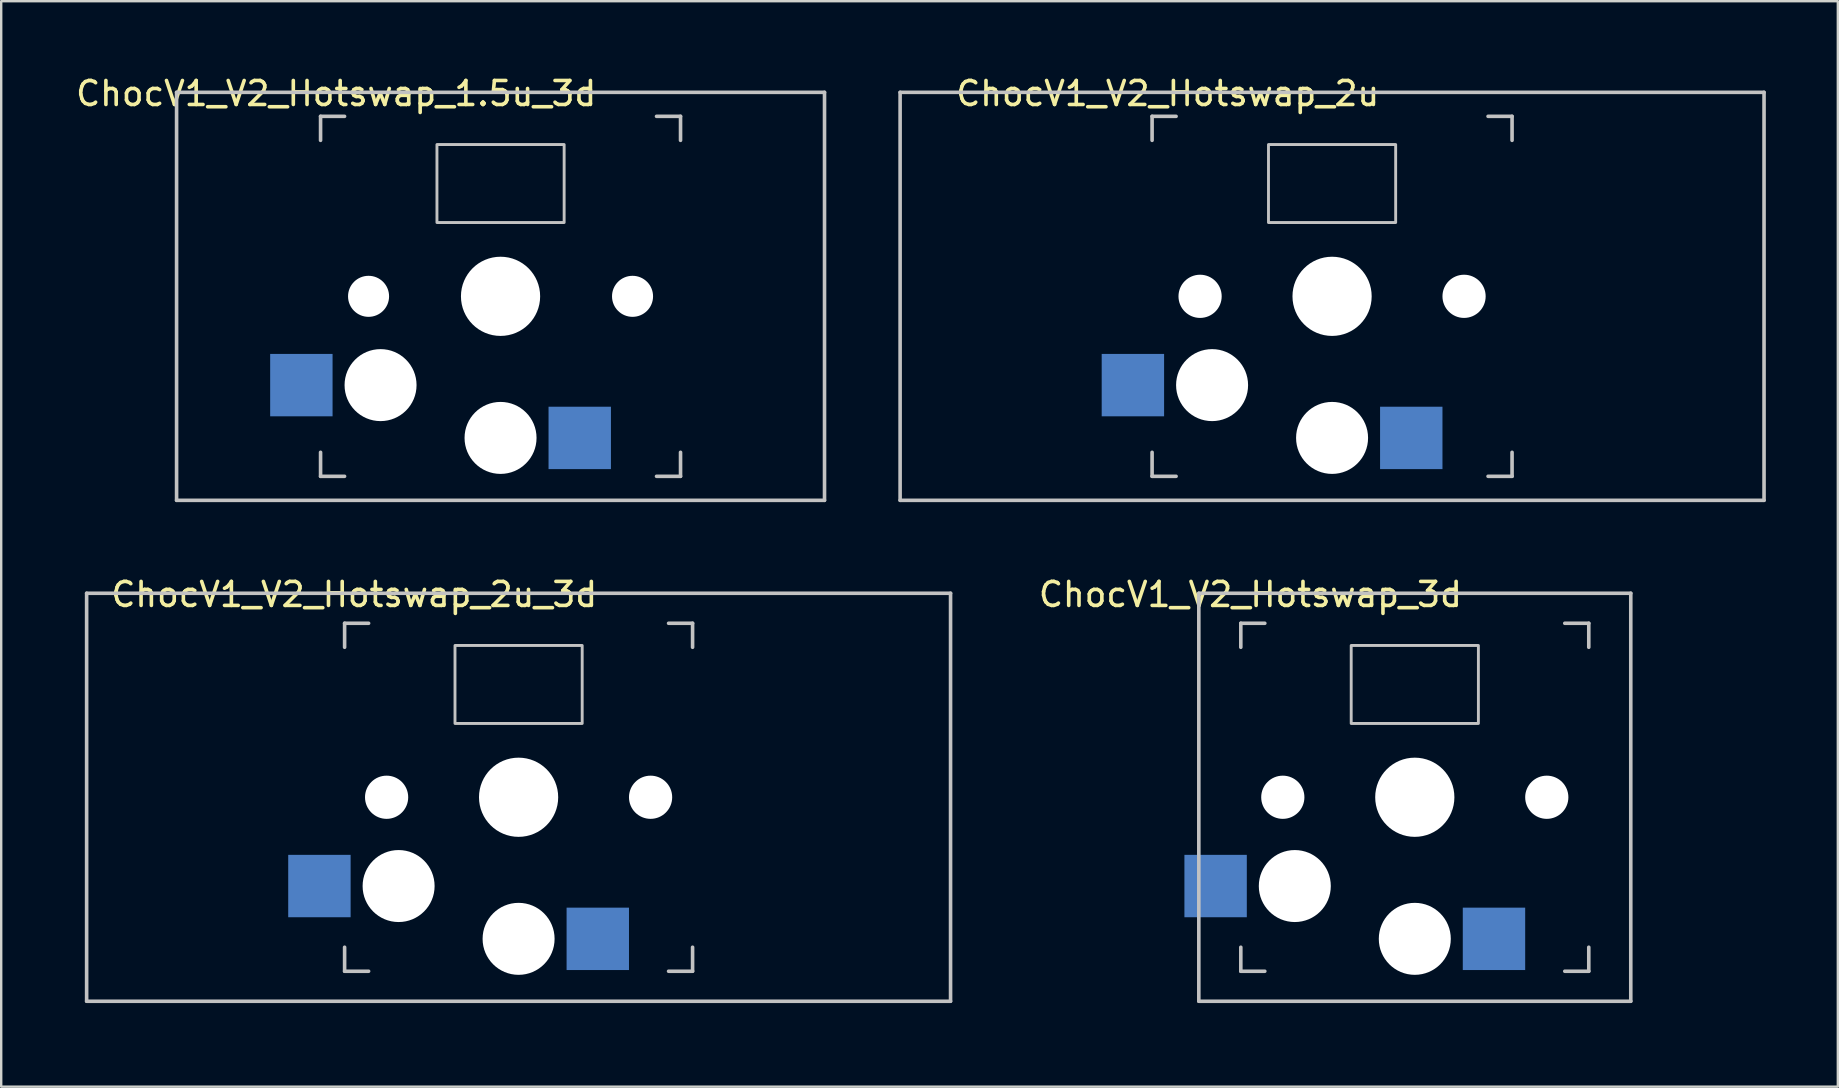
<source format=kicad_pcb>
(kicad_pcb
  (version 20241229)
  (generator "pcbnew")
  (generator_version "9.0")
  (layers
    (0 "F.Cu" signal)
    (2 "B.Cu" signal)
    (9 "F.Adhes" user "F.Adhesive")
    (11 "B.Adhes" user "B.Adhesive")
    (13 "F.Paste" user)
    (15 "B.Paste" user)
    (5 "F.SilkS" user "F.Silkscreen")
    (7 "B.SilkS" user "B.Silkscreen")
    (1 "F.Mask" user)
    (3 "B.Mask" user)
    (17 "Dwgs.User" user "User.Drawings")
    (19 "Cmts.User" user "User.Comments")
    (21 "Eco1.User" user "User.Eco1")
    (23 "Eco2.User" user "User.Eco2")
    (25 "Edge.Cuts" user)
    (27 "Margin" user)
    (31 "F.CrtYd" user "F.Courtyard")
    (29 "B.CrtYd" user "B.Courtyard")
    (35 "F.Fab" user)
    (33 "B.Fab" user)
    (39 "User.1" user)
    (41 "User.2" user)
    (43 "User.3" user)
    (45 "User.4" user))
  (footprint "ChocV1_V2_Hotswap_3d"
    (layer "F.Cu")
    (at 55.905 30.172)
    (property "Reference" "ChocV1_V2_Hotswap_3d" (at -6.85 -8.45 0) (layer "F.SilkS") (effects (font (size 1 1) (thickness 0.15))))
    (attr through_hole)
    (fp_line (start -9 -8.5) (end 9 -8.5) (stroke (width 0.15) (type solid)) (layer "Dwgs.User"))
    (fp_line (start -9 8.5) (end -9 -8.5) (stroke (width 0.15) (type solid)) (layer "Dwgs.User"))
    (fp_line (start -7.25 -7.25) (end -6.25 -7.25) (stroke (width 0.15) (type solid)) (layer "Dwgs.User"))
    (fp_line (start -7.25 -6.25) (end -7.25 -7.25) (stroke (width 0.15) (type solid)) (layer "Dwgs.User"))
    (fp_line (start -7.25 7.25) (end -7.25 6.25) (stroke (width 0.15) (type solid)) (layer "Dwgs.User"))
    (fp_line (start -6.25 7.25) (end -7.25 7.25) (stroke (width 0.15) (type solid)) (layer "Dwgs.User"))
    (fp_line (start 6.25 7.25) (end 7.25 7.25) (stroke (width 0.15) (type solid)) (layer "Dwgs.User"))
    (fp_line (start 7.25 -7.25) (end 6.25 -7.25) (stroke (width 0.15) (type solid)) (layer "Dwgs.User"))
    (fp_line (start 7.25 -6.25) (end 7.25 -7.25) (stroke (width 0.15) (type solid)) (layer "Dwgs.User"))
    (fp_line (start 7.25 7.25) (end 7.25 6.25) (stroke (width 0.15) (type solid)) (layer "Dwgs.User"))
    (fp_line (start 9 -8.5) (end 9 8.5) (stroke (width 0.15) (type solid)) (layer "Dwgs.User"))
    (fp_line (start 9 8.5) (end -9 8.5) (stroke (width 0.15) (type solid)) (layer "Dwgs.User"))
    (fp_rect (start -2.65 -3.075) (end 2.65 -6.325) (stroke (width 0.12) (type solid)) (fill no) (layer "Dwgs.User"))
    (fp_line (start -9.5 -9) (end 9.5 -9) (stroke (width 0.12) (type solid)) (layer "Eco1.User"))
    (fp_line (start -9.5 9) (end -9.5 -9) (stroke (width 0.12) (type solid)) (layer "Eco1.User"))
    (fp_line (start 9.5 -9) (end 9.5 9) (stroke (width 0.12) (type solid)) (layer "Eco1.User"))
    (fp_line (start 9.5 9) (end -9.5 9) (stroke (width 0.12) (type solid)) (layer "Eco1.User"))
    (pad "" np_thru_hole circle (at -5.5 0 90) (size 1.8 1.8) (drill 1.8) (layers "*.Cu" "Eco2.User"))
    (pad "" np_thru_hole circle (at -5 3.7 90) (size 3 3) (drill 3) (layers "*.Cu" "*.Mask" "Eco2.User"))
    (pad "" np_thru_hole circle (at 0 0 90) (size 3.3 3.3) (drill 3.3) (layers "*.Cu" "Eco2.User"))
    (pad "" np_thru_hole circle (at 0 5.9 90) (size 3 3) (drill 3) (layers "*.Cu" "*.Mask" "Eco2.User"))
    (pad "" np_thru_hole circle (at 5.5 0 90) (size 1.8 1.8) (drill 1.8) (layers "*.Cu" "Eco2.User"))
    (pad "1" smd rect (at -8.3 3.7 180) (size 2.6 2.6) (layers "B.Cu" "B.Mask" "B.Paste"))
    (pad "2" smd rect (at 3.3 5.9 180) (size 2.6 2.6) (layers "B.Cu" "B.Mask" "B.Paste")))
  (footprint "ChocV1_V2_Hotswap_2u"
    (layer "F.Cu")
    (at 52.458 9.298)
    (property "Reference" "ChocV1_V2_Hotswap_2u" (at -6.85 -8.45 0) (layer "F.SilkS") (effects (font (size 1 1) (thickness 0.15))))
    (attr through_hole)
    (fp_line (start -18 -8.5) (end 18 -8.5) (stroke (width 0.15) (type solid)) (layer "Dwgs.User"))
    (fp_line (start -18 8.5) (end -18 -8.5) (stroke (width 0.15) (type solid)) (layer "Dwgs.User"))
    (fp_line (start -7.5 -7.5) (end -6.5 -7.5) (stroke (width 0.15) (type solid)) (layer "Dwgs.User"))
    (fp_line (start -7.5 -6.5) (end -7.5 -7.5) (stroke (width 0.15) (type solid)) (layer "Dwgs.User"))
    (fp_line (start -7.5 7.5) (end -7.5 6.5) (stroke (width 0.15) (type solid)) (layer "Dwgs.User"))
    (fp_line (start -6.5 7.5) (end -7.5 7.5) (stroke (width 0.15) (type solid)) (layer "Dwgs.User"))
    (fp_line (start 6.5 7.5) (end 7.5 7.5) (stroke (width 0.15) (type solid)) (layer "Dwgs.User"))
    (fp_line (start 7.5 -7.5) (end 6.5 -7.5) (stroke (width 0.15) (type solid)) (layer "Dwgs.User"))
    (fp_line (start 7.5 -6.5) (end 7.5 -7.5) (stroke (width 0.15) (type solid)) (layer "Dwgs.User"))
    (fp_line (start 7.5 7.5) (end 7.5 6.5) (stroke (width 0.15) (type solid)) (layer "Dwgs.User"))
    (fp_line (start 18 -8.5) (end 18 8.5) (stroke (width 0.15) (type solid)) (layer "Dwgs.User"))
    (fp_line (start 18 8.5) (end -18 8.5) (stroke (width 0.15) (type solid)) (layer "Dwgs.User"))
    (fp_rect (start -2.65 -3.075) (end 2.65 -6.325) (stroke (width 0.12) (type solid)) (fill no) (layer "Dwgs.User"))
    (pad "" np_thru_hole circle (at -5.5 0 90) (size 1.8 1.8) (drill 1.8) (layers "*.Cu"))
    (pad "" np_thru_hole circle (at -5 3.7 90) (size 3 3) (drill 3) (layers "*.Cu" "*.Mask"))
    (pad "" np_thru_hole circle (at 0 0 90) (size 3.3 3.3) (drill 3.3) (layers "*.Cu"))
    (pad "" np_thru_hole circle (at 0 5.9 90) (size 3 3) (drill 3) (layers "*.Cu" "*.Mask"))
    (pad "" np_thru_hole circle (at 5.5 0 90) (size 1.8 1.8) (drill 1.8) (layers "*.Cu"))
    (pad "1" smd rect (at -8.3 3.7 180) (size 2.6 2.6) (layers "B.Cu" "B.Mask" "B.Paste"))
    (pad "2" smd rect (at 3.3 5.9 180) (size 2.6 2.6) (layers "B.Cu" "B.Mask" "B.Paste")))
  (footprint "ChocV1_V2_Hotswap_2u_3d"
    (layer "F.Cu")
    (at 18.56 30.172)
    (property "Reference" "ChocV1_V2_Hotswap_2u_3d" (at -6.85 -8.45 0) (layer "F.SilkS") (effects (font (size 1 1) (thickness 0.15))))
    (attr through_hole)
    (fp_line (start -18 -8.5) (end 18 -8.5) (stroke (width 0.15) (type solid)) (layer "Dwgs.User"))
    (fp_line (start -18 8.5) (end -18 -8.5) (stroke (width 0.15) (type solid)) (layer "Dwgs.User"))
    (fp_line (start -7.25 -7.25) (end -6.25 -7.25) (stroke (width 0.15) (type solid)) (layer "Dwgs.User"))
    (fp_line (start -7.25 -6.25) (end -7.25 -7.25) (stroke (width 0.15) (type solid)) (layer "Dwgs.User"))
    (fp_line (start -7.25 7.25) (end -7.25 6.25) (stroke (width 0.15) (type solid)) (layer "Dwgs.User"))
    (fp_line (start -6.25 7.25) (end -7.25 7.25) (stroke (width 0.15) (type solid)) (layer "Dwgs.User"))
    (fp_line (start 6.25 7.25) (end 7.25 7.25) (stroke (width 0.15) (type solid)) (layer "Dwgs.User"))
    (fp_line (start 7.25 -7.25) (end 6.25 -7.25) (stroke (width 0.15) (type solid)) (layer "Dwgs.User"))
    (fp_line (start 7.25 -6.25) (end 7.25 -7.25) (stroke (width 0.15) (type solid)) (layer "Dwgs.User"))
    (fp_line (start 7.25 7.25) (end 7.25 6.25) (stroke (width 0.15) (type solid)) (layer "Dwgs.User"))
    (fp_line (start 18 -8.5) (end 18 8.5) (stroke (width 0.15) (type solid)) (layer "Dwgs.User"))
    (fp_line (start 18 8.5) (end -18 8.5) (stroke (width 0.15) (type solid)) (layer "Dwgs.User"))
    (fp_rect (start -2.65 -3.075) (end 2.65 -6.325) (stroke (width 0.12) (type solid)) (fill no) (layer "Dwgs.User"))
    (fp_rect (start -18.5 -9) (end 18.5 9) (stroke (width 0.12) (type solid)) (fill no) (layer "Eco1.User"))
    (pad "" np_thru_hole circle (at -5.5 0 90) (size 1.8 1.8) (drill 1.8) (layers "*.Cu"))
    (pad "" np_thru_hole circle (at -5 3.7 90) (size 3 3) (drill 3) (layers "*.Cu" "*.Mask"))
    (pad "" np_thru_hole circle (at 0 0 90) (size 3.3 3.3) (drill 3.3) (layers "*.Cu"))
    (pad "" np_thru_hole circle (at 0 5.9 90) (size 3 3) (drill 3) (layers "*.Cu" "*.Mask"))
    (pad "" np_thru_hole circle (at 5.5 0 90) (size 1.8 1.8) (drill 1.8) (layers "*.Cu"))
    (pad "1" smd rect (at -8.3 3.7 180) (size 2.6 2.6) (layers "B.Cu" "B.Mask" "B.Paste"))
    (pad "2" smd rect (at 3.3 5.9 180) (size 2.6 2.6) (layers "B.Cu" "B.Mask" "B.Paste")))
  (footprint "ChocV1_V2_Hotswap_1.5u_3d"
    (layer "F.Cu")
    (at 17.808 9.298)
    (property "Reference" "ChocV1_V2_Hotswap_1.5u_3d" (at -6.85 -8.45 0) (layer "F.SilkS") (effects (font (size 1 1) (thickness 0.15))))
    (attr through_hole)
    (fp_line (start -13.5 -8.5) (end 13.5 -8.5) (stroke (width 0.15) (type solid)) (layer "Dwgs.User"))
    (fp_line (start -13.5 8.5) (end -13.5 -8.5) (stroke (width 0.15) (type solid)) (layer "Dwgs.User"))
    (fp_line (start -7.5 -7.5) (end -6.5 -7.5) (stroke (width 0.15) (type solid)) (layer "Dwgs.User"))
    (fp_line (start -7.5 -6.5) (end -7.5 -7.5) (stroke (width 0.15) (type solid)) (layer "Dwgs.User"))
    (fp_line (start -7.5 7.5) (end -7.5 6.5) (stroke (width 0.15) (type solid)) (layer "Dwgs.User"))
    (fp_line (start -6.5 7.5) (end -7.5 7.5) (stroke (width 0.15) (type solid)) (layer "Dwgs.User"))
    (fp_line (start 6.5 7.5) (end 7.5 7.5) (stroke (width 0.15) (type solid)) (layer "Dwgs.User"))
    (fp_line (start 7.5 -7.5) (end 6.5 -7.5) (stroke (width 0.15) (type solid)) (layer "Dwgs.User"))
    (fp_line (start 7.5 -6.5) (end 7.5 -7.5) (stroke (width 0.15) (type solid)) (layer "Dwgs.User"))
    (fp_line (start 7.5 7.5) (end 7.5 6.5) (stroke (width 0.15) (type solid)) (layer "Dwgs.User"))
    (fp_line (start 13.5 -8.5) (end 13.5 8.5) (stroke (width 0.15) (type solid)) (layer "Dwgs.User"))
    (fp_line (start 13.5 8.5) (end -13.5 8.5) (stroke (width 0.15) (type solid)) (layer "Dwgs.User"))
    (fp_rect (start -2.65 -3.075) (end 2.65 -6.325) (stroke (width 0.12) (type solid)) (fill no) (layer "Dwgs.User"))
    (pad "" np_thru_hole circle (at -5.5 0 90) (size 1.71 1.71) (drill 1.71) (layers "*.Cu"))
    (pad "" np_thru_hole circle (at -5 3.7 90) (size 3 3) (drill 3) (layers "*.Cu" "*.Mask"))
    (pad "" np_thru_hole circle (at 0 0 90) (size 3.3 3.3) (drill 3.3) (layers "*.Cu"))
    (pad "" np_thru_hole circle (at 0 5.9 90) (size 3 3) (drill 3) (layers "*.Cu" "*.Mask"))
    (pad "" np_thru_hole circle (at 5.5 0 90) (size 1.71 1.71) (drill 1.71) (layers "*.Cu"))
    (pad "1" smd rect (at -8.3 3.7 180) (size 2.6 2.6) (layers "B.Cu" "B.Mask" "B.Paste"))
    (pad "2" smd rect (at 3.3 5.9 180) (size 2.6 2.6) (layers "B.Cu" "B.Mask" "B.Paste")))
  (gr_rect
    (start -3 -3)
    (end 73.533 42.231)
    (stroke (width 0.1) (type default))
    (fill no)
    (layer "Edge.Cuts")))
</source>
